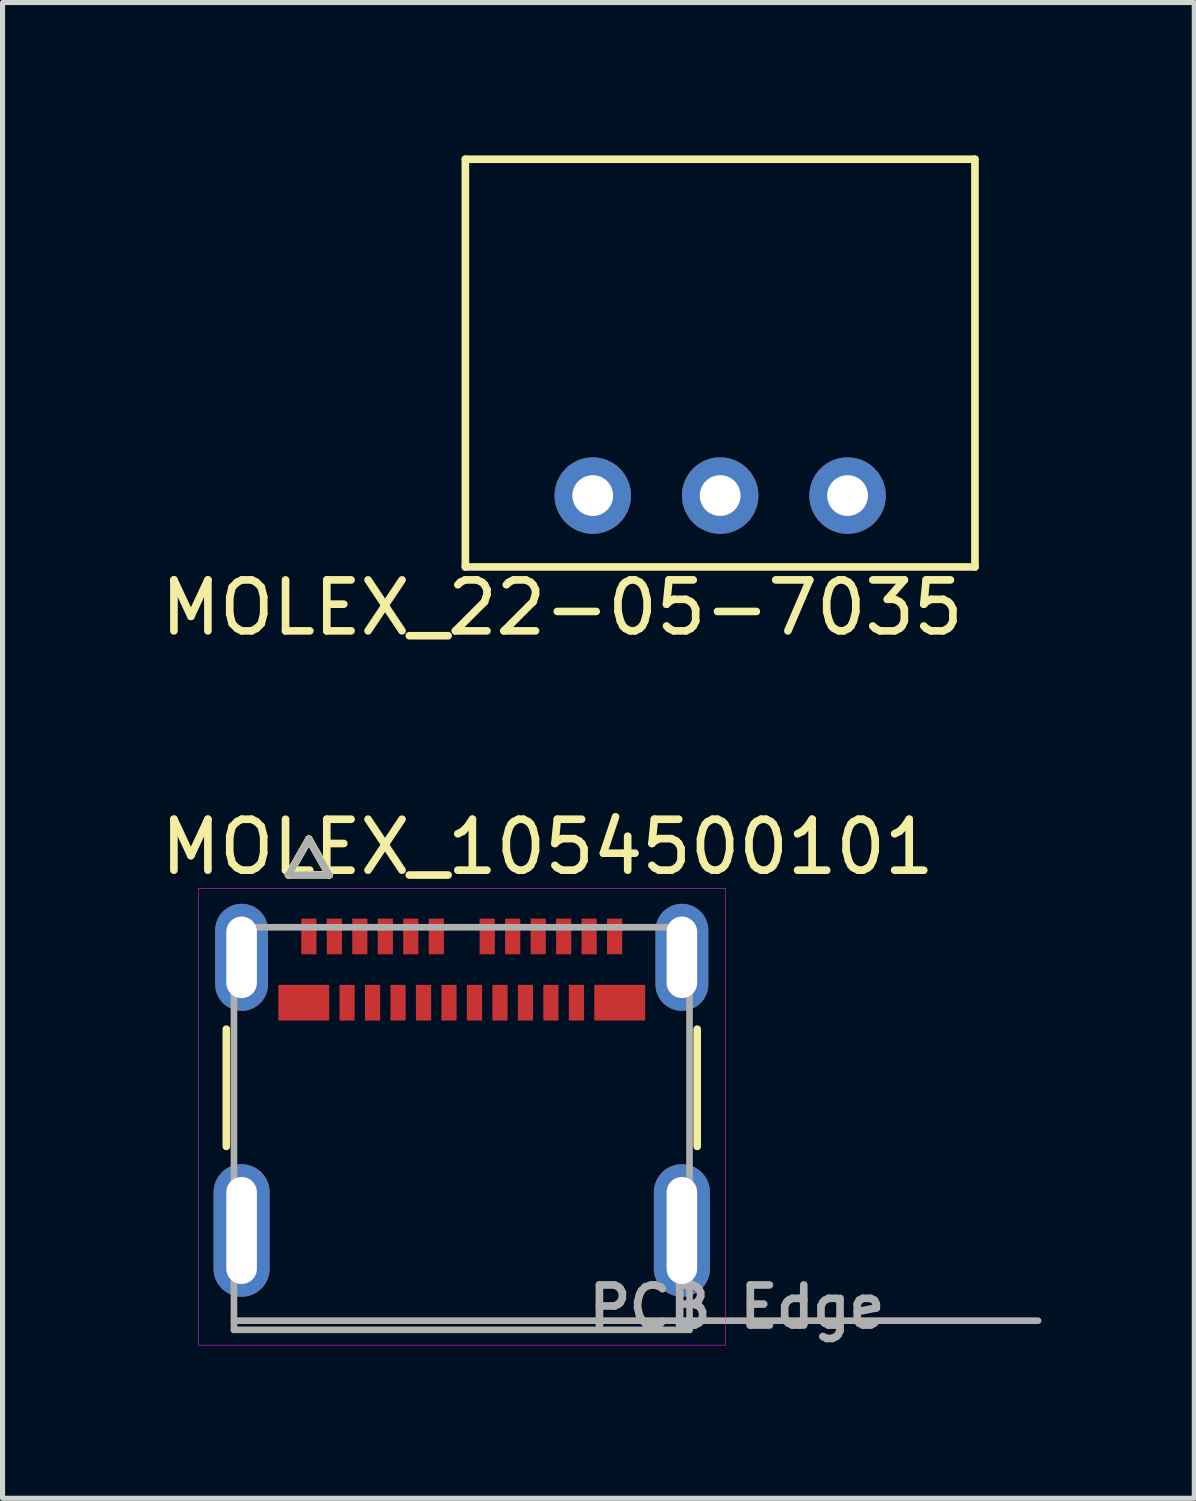
<source format=kicad_pcb>
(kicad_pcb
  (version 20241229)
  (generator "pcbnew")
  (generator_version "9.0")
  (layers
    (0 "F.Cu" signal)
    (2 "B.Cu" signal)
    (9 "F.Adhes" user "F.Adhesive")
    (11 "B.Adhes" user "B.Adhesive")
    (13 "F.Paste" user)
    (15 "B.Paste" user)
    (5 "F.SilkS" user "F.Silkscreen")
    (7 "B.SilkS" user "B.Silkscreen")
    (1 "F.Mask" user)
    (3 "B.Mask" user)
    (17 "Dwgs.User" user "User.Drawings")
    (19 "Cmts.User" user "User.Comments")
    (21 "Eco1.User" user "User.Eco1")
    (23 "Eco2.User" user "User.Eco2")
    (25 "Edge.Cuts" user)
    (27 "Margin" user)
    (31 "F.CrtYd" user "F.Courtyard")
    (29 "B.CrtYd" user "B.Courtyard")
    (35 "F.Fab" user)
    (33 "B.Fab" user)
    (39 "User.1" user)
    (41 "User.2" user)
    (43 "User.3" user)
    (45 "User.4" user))
  (footprint "MOLEX_1054500101"
    (layer "F.Cu")
    (at 6.011 22.866)
    (property "Reference" "MOLEX_1054500101" (at 1.685 -9.295 0) (layer "F.SilkS") (effects (font (size 1 1) (thickness 0.15))))
    (attr smd)
    (fp_poly (pts (xy -3.663 -6.654) (xy -2.538 -6.654) (xy -2.538 -5.827) (xy -3.663 -5.827)) (stroke (width 0.01) (type solid)) (fill yes) (layer "F.Mask"))
    (fp_poly (pts (xy -3.212 -7.954) (xy -2.788 -7.954) (xy -2.788 -7.127) (xy -3.212 -7.127)) (stroke (width 0.01) (type solid)) (fill yes) (layer "F.Mask"))
    (fp_poly (pts (xy -2.712 -7.954) (xy -2.288 -7.954) (xy -2.288 -7.127) (xy -2.712 -7.127)) (stroke (width 0.01) (type solid)) (fill yes) (layer "F.Mask"))
    (fp_poly (pts (xy -2.462 -6.654) (xy -2.038 -6.654) (xy -2.038 -5.827) (xy -2.462 -5.827)) (stroke (width 0.01) (type solid)) (fill yes) (layer "F.Mask"))
    (fp_poly (pts (xy -2.212 -7.954) (xy -1.788 -7.954) (xy -1.788 -7.127) (xy -2.212 -7.127)) (stroke (width 0.01) (type solid)) (fill yes) (layer "F.Mask"))
    (fp_poly (pts (xy -1.962 -6.654) (xy -1.538 -6.654) (xy -1.538 -5.827) (xy -1.962 -5.827)) (stroke (width 0.01) (type solid)) (fill yes) (layer "F.Mask"))
    (fp_poly (pts (xy -1.712 -7.954) (xy -1.288 -7.954) (xy -1.288 -7.127) (xy -1.712 -7.127)) (stroke (width 0.01) (type solid)) (fill yes) (layer "F.Mask"))
    (fp_poly (pts (xy -1.462 -6.654) (xy -1.038 -6.654) (xy -1.038 -5.827) (xy -1.462 -5.827)) (stroke (width 0.01) (type solid)) (fill yes) (layer "F.Mask"))
    (fp_poly (pts (xy -1.212 -7.954) (xy -0.787 -7.954) (xy -0.787 -7.127) (xy -1.212 -7.127)) (stroke (width 0.01) (type solid)) (fill yes) (layer "F.Mask"))
    (fp_poly (pts (xy -0.963 -6.654) (xy -0.537 -6.654) (xy -0.537 -5.827) (xy -0.963 -5.827)) (stroke (width 0.01) (type solid)) (fill yes) (layer "F.Mask"))
    (fp_poly (pts (xy -0.713 -7.954) (xy -0.287 -7.954) (xy -0.287 -7.127) (xy -0.713 -7.127)) (stroke (width 0.01) (type solid)) (fill yes) (layer "F.Mask"))
    (fp_poly (pts (xy -0.463 -6.654) (xy -0.037 -6.654) (xy -0.037 -5.827) (xy -0.463 -5.827)) (stroke (width 0.01) (type solid)) (fill yes) (layer "F.Mask"))
    (fp_poly (pts (xy 0.037 -6.654) (xy 0.463 -6.654) (xy 0.463 -5.827) (xy 0.037 -5.827)) (stroke (width 0.01) (type solid)) (fill yes) (layer "F.Mask"))
    (fp_poly (pts (xy 0.287 -7.954) (xy 0.713 -7.954) (xy 0.713 -7.127) (xy 0.287 -7.127)) (stroke (width 0.01) (type solid)) (fill yes) (layer "F.Mask"))
    (fp_poly (pts (xy 0.537 -6.654) (xy 0.963 -6.654) (xy 0.963 -5.827) (xy 0.537 -5.827)) (stroke (width 0.01) (type solid)) (fill yes) (layer "F.Mask"))
    (fp_poly (pts (xy 0.787 -7.954) (xy 1.212 -7.954) (xy 1.212 -7.127) (xy 0.787 -7.127)) (stroke (width 0.01) (type solid)) (fill yes) (layer "F.Mask"))
    (fp_poly (pts (xy 1.038 -6.654) (xy 1.462 -6.654) (xy 1.462 -5.827) (xy 1.038 -5.827)) (stroke (width 0.01) (type solid)) (fill yes) (layer "F.Mask"))
    (fp_poly (pts (xy 1.288 -7.954) (xy 1.712 -7.954) (xy 1.712 -7.127) (xy 1.288 -7.127)) (stroke (width 0.01) (type solid)) (fill yes) (layer "F.Mask"))
    (fp_poly (pts (xy 1.538 -6.654) (xy 1.962 -6.654) (xy 1.962 -5.827) (xy 1.538 -5.827)) (stroke (width 0.01) (type solid)) (fill yes) (layer "F.Mask"))
    (fp_poly (pts (xy 1.788 -7.954) (xy 2.212 -7.954) (xy 2.212 -7.127) (xy 1.788 -7.127)) (stroke (width 0.01) (type solid)) (fill yes) (layer "F.Mask"))
    (fp_poly (pts (xy 2.038 -6.654) (xy 2.462 -6.654) (xy 2.462 -5.827) (xy 2.038 -5.827)) (stroke (width 0.01) (type solid)) (fill yes) (layer "F.Mask"))
    (fp_poly (pts (xy 2.288 -7.954) (xy 2.712 -7.954) (xy 2.712 -7.127) (xy 2.288 -7.127)) (stroke (width 0.01) (type solid)) (fill yes) (layer "F.Mask"))
    (fp_poly (pts (xy 2.538 -6.654) (xy 3.663 -6.654) (xy 3.663 -5.827) (xy 2.538 -5.827)) (stroke (width 0.01) (type solid)) (fill yes) (layer "F.Mask"))
    (fp_poly (pts (xy 2.788 -7.954) (xy 3.212 -7.954) (xy 3.212 -7.127) (xy 2.788 -7.127)) (stroke (width 0.01) (type solid)) (fill yes) (layer "F.Mask"))
    (fp_line (start -4.62 -3.42) (end -4.62 -5.72) (stroke (width 0.15) (type solid)) (layer "F.SilkS"))
    (fp_line (start -3.4 -8.748) (end -2.6 -8.748) (stroke (width 0.15) (type solid)) (layer "F.SilkS"))
    (fp_line (start -3 -9.448) (end -3.4 -8.748) (stroke (width 0.15) (type solid)) (layer "F.SilkS"))
    (fp_line (start -2.6 -8.748) (end -3 -9.448) (stroke (width 0.15) (type solid)) (layer "F.SilkS"))
    (fp_line (start 4.62 -3.42) (end 4.62 -5.72) (stroke (width 0.15) (type solid)) (layer "F.SilkS"))
    (fp_line (start -5.17 -8.48) (end 5.17 -8.48) (stroke (width 0.01) (type solid)) (layer "F.CrtYd"))
    (fp_line (start -5.17 0.48) (end -5.17 -8.48) (stroke (width 0.01) (type solid)) (layer "F.CrtYd"))
    (fp_line (start 5.17 -8.48) (end 5.17 0.48) (stroke (width 0.01) (type solid)) (layer "F.CrtYd"))
    (fp_line (start 5.17 0.48) (end -5.17 0.48) (stroke (width 0.01) (type solid)) (layer "F.CrtYd"))
    (fp_line (start -4.47 -7.72) (end -4.47 0.18) (stroke (width 0.13) (type solid)) (layer "F.Fab"))
    (fp_line (start -4.47 0) (end 4.47 0) (stroke (width 0.13) (type solid)) (layer "F.Fab"))
    (fp_line (start -4.47 0.18) (end 4.47 0.18) (stroke (width 0.13) (type solid)) (layer "F.Fab"))
    (fp_line (start -3.4 -8.748) (end -2.6 -8.748) (stroke (width 0.13) (type solid)) (layer "F.Fab"))
    (fp_line (start -3 -9.448) (end -3.4 -8.748) (stroke (width 0.13) (type solid)) (layer "F.Fab"))
    (fp_line (start -2.6 -8.748) (end -3 -9.448) (stroke (width 0.13) (type solid)) (layer "F.Fab"))
    (fp_line (start 4.47 -7.72) (end -4.47 -7.72) (stroke (width 0.13) (type solid)) (layer "F.Fab"))
    (fp_line (start 4.47 0) (end 4.47 -7.72) (stroke (width 0.13) (type solid)) (layer "F.Fab"))
    (fp_line (start 4.47 0) (end 11.31 0) (stroke (width 0.13) (type solid)) (layer "F.Fab"))
    (fp_line (start 4.47 0.18) (end 4.47 0) (stroke (width 0.13) (type solid)) (layer "F.Fab"))
    (fp_text user "PCB Edge" (at 5.4 -0.27 0) (layer "F.Fab") (effects (font (size 0.787 0.787) (thickness 0.15))))
    (pad "A1" smd rect (at -3 -7.54) (size 0.298 0.7) (layers "F.Cu" "F.Paste"))
    (pad "A2" smd rect (at -2.5 -7.54) (size 0.298 0.7) (layers "F.Cu" "F.Paste"))
    (pad "A3" smd rect (at -2 -7.54) (size 0.298 0.7) (layers "F.Cu" "F.Paste"))
    (pad "A4" smd rect (at -1.5 -7.54) (size 0.298 0.7) (layers "F.Cu" "F.Paste"))
    (pad "A5" smd rect (at -1 -7.54) (size 0.298 0.7) (layers "F.Cu" "F.Paste"))
    (pad "A6" smd rect (at -0.5 -7.54) (size 0.298 0.7) (layers "F.Cu" "F.Paste"))
    (pad "A7" smd rect (at 0.5 -7.54) (size 0.298 0.7) (layers "F.Cu" "F.Paste"))
    (pad "A8" smd rect (at 1 -7.54) (size 0.298 0.7) (layers "F.Cu" "F.Paste"))
    (pad "A9" smd rect (at 1.5 -7.54) (size 0.298 0.7) (layers "F.Cu" "F.Paste"))
    (pad "A10" smd rect (at 2 -7.54) (size 0.298 0.7) (layers "F.Cu" "F.Paste"))
    (pad "A11" smd rect (at 2.5 -7.54) (size 0.298 0.7) (layers "F.Cu" "F.Paste"))
    (pad "A12" smd rect (at 3 -7.54) (size 0.298 0.7) (layers "F.Cu" "F.Paste"))
    (pad "B1" smd rect (at 3.1 -6.24) (size 0.998 0.7) (layers "F.Cu" "F.Paste"))
    (pad "B2" smd rect (at 2.25 -6.24) (size 0.298 0.7) (layers "F.Cu" "F.Paste"))
    (pad "B3" smd rect (at 1.75 -6.24) (size 0.298 0.7) (layers "F.Cu" "F.Paste"))
    (pad "B4" smd rect (at 1.25 -6.24) (size 0.298 0.7) (layers "F.Cu" "F.Paste"))
    (pad "B5" smd rect (at 0.75 -6.24) (size 0.298 0.7) (layers "F.Cu" "F.Paste"))
    (pad "B6" smd rect (at 0.25 -6.24) (size 0.298 0.7) (layers "F.Cu" "F.Paste"))
    (pad "B7" smd rect (at -0.25 -6.24) (size 0.298 0.7) (layers "F.Cu" "F.Paste"))
    (pad "B8" smd rect (at -0.75 -6.24) (size 0.298 0.7) (layers "F.Cu" "F.Paste"))
    (pad "B9" smd rect (at -1.25 -6.24) (size 0.298 0.7) (layers "F.Cu" "F.Paste"))
    (pad "B10" smd rect (at -1.75 -6.24) (size 0.298 0.7) (layers "F.Cu" "F.Paste"))
    (pad "B11" smd rect (at -2.25 -6.24) (size 0.298 0.7) (layers "F.Cu" "F.Paste"))
    (pad "B12" smd rect (at -3.1 -6.24) (size 0.998 0.7) (layers "F.Cu" "F.Paste"))
    (pad "SH1" thru_hole oval (at -4.32 -7.13) (size 1.036 2.1) (drill oval 0.6 1.6) (layers "*.Cu" "*.Mask"))
    (pad "SH2" thru_hole oval (at 4.32 -7.13) (size 1.036 2.1) (drill oval 0.6 1.6) (layers "*.Cu" "*.Mask"))
    (pad "SH3" thru_hole oval (at -4.32 -1.77) (size 1.1 2.6) (drill oval 0.6 2.1) (layers "*.Cu" "*.Mask"))
    (pad "SH4" thru_hole oval (at 4.32 -1.77) (size 1.1 2.6) (drill oval 0.6 2.1) (layers "*.Cu" "*.Mask"))
    (zone (net_name "") (layer "F.Cu") (hatch full 0.508) (connect_pads) (min_thickness 0.01) (filled_areas_thickness no) (keepout (tracks not_allowed) (vias not_allowed) (pads not_allowed) (copperpour allowed) (footprints not_allowed)) (placement (enabled no)) (fill) (polygon (pts (xy 2.511 18.716) (xy 9.511 18.716) (xy 9.511 22.866) (xy 2.511 22.866)))))
  (footprint "MOLEX_22-05-7035"
    (layer "F.Cu")
    (at 11.082 6.675)
    (property "Reference" "MOLEX_22-05-7035" (at -3.1 2.2 0) (layer "F.SilkS") (effects (font (size 1 1) (thickness 0.15))))
    (attr through_hole)
    (fp_line (start -5 -6.6) (end 5 -6.6) (stroke (width 0.15) (type solid)) (layer "F.SilkS"))
    (fp_line (start -5 1.4) (end -5 -6.6) (stroke (width 0.15) (type solid)) (layer "F.SilkS"))
    (fp_line (start 5 -6.6) (end 5 1.4) (stroke (width 0.15) (type solid)) (layer "F.SilkS"))
    (fp_line (start 5 1.4) (end -5 1.4) (stroke (width 0.15) (type solid)) (layer "F.SilkS"))
    (pad "1" thru_hole circle (at -2.5 0) (size 1.5 1.5) (drill 0.8) (layers "*.Cu" "*.Mask"))
    (pad "2" thru_hole circle (at 0 0) (size 1.5 1.5) (drill 0.8) (layers "*.Cu" "*.Mask"))
    (pad "3" thru_hole circle (at 2.5 0) (size 1.5 1.5) (drill 0.8) (layers "*.Cu" "*.Mask")))
  (gr_rect
    (start -3 -3)
    (end 20.386 26.352)
    (stroke (width 0.1) (type default))
    (fill no)
    (layer "Edge.Cuts")))
</source>
